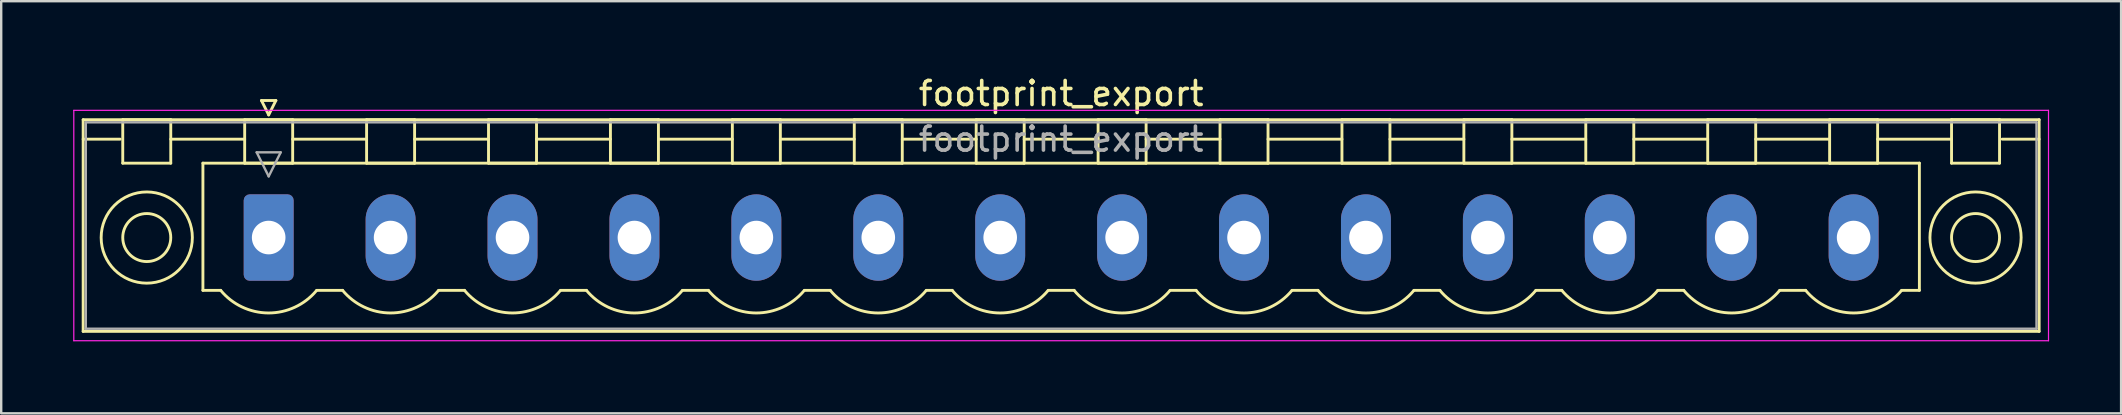
<source format=kicad_pcb>
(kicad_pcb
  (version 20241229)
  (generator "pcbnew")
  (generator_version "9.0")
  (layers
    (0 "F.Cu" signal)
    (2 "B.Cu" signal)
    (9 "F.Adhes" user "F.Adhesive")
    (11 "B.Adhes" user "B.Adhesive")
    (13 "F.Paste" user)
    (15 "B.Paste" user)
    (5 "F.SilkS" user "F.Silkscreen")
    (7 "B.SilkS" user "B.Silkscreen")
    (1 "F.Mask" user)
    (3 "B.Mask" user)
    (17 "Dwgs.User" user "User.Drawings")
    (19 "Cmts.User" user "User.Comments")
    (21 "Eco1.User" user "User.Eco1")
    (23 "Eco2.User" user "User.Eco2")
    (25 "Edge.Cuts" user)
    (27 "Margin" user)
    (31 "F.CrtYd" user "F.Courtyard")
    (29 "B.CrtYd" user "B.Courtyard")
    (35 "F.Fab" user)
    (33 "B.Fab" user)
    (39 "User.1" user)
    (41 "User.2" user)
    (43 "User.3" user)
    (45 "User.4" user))
  (footprint "footprint_export"
    (layer "F.Cu")
    (at 8.145 6.848)
    (property "Reference" "footprint_export" (at 33.02 -6 0) (layer "F.SilkS") (effects (font (size 1 1) (thickness 0.15))))
    (attr through_hole)
    (fp_line (start -7.73 -4.91) (end -7.73 3.91) (stroke (width 0.12) (type solid)) (layer "F.SilkS"))
    (fp_line (start -7.73 -4.1) (end -6.19 -4.1) (stroke (width 0.12) (type solid)) (layer "F.SilkS"))
    (fp_line (start -7.73 3.91) (end 73.77 3.91) (stroke (width 0.12) (type solid)) (layer "F.SilkS"))
    (fp_line (start -6.08 -4.91) (end -4.08 -4.91) (stroke (width 0.12) (type solid)) (layer "F.SilkS"))
    (fp_line (start -6.08 -3.1) (end -6.08 -4.91) (stroke (width 0.12) (type solid)) (layer "F.SilkS"))
    (fp_line (start -4.08 -4.91) (end -4.08 -3.1) (stroke (width 0.12) (type solid)) (layer "F.SilkS"))
    (fp_line (start -4.08 -4.1) (end -1 -4.1) (stroke (width 0.12) (type solid)) (layer "F.SilkS"))
    (fp_line (start -4.08 -3.1) (end -6.08 -3.1) (stroke (width 0.12) (type solid)) (layer "F.SilkS"))
    (fp_line (start -2.74 -3.1) (end 68.78 -3.1) (stroke (width 0.12) (type solid)) (layer "F.SilkS"))
    (fp_line (start -2.74 2.2) (end -2.74 -3.1) (stroke (width 0.12) (type solid)) (layer "F.SilkS"))
    (fp_line (start -2 2.2) (end -2.74 2.2) (stroke (width 0.12) (type solid)) (layer "F.SilkS"))
    (fp_line (start -1 -4.91) (end 1 -4.91) (stroke (width 0.12) (type solid)) (layer "F.SilkS"))
    (fp_line (start -1 -3.1) (end -1 -4.91) (stroke (width 0.12) (type solid)) (layer "F.SilkS"))
    (fp_line (start -0.3 -5.71) (end 0.3 -5.71) (stroke (width 0.12) (type solid)) (layer "F.SilkS"))
    (fp_line (start 0 -5.11) (end -0.3 -5.71) (stroke (width 0.12) (type solid)) (layer "F.SilkS"))
    (fp_line (start 0.3 -5.71) (end 0 -5.11) (stroke (width 0.12) (type solid)) (layer "F.SilkS"))
    (fp_line (start 1 -4.91) (end 1 -3.1) (stroke (width 0.12) (type solid)) (layer "F.SilkS"))
    (fp_line (start 1 -4.1) (end 4.08 -4.1) (stroke (width 0.12) (type solid)) (layer "F.SilkS"))
    (fp_line (start 1 -3.1) (end -1 -3.1) (stroke (width 0.12) (type solid)) (layer "F.SilkS"))
    (fp_line (start 2 2.2) (end 3.08 2.2) (stroke (width 0.12) (type solid)) (layer "F.SilkS"))
    (fp_line (start 4.08 -4.91) (end 6.08 -4.91) (stroke (width 0.12) (type solid)) (layer "F.SilkS"))
    (fp_line (start 4.08 -3.1) (end 4.08 -4.91) (stroke (width 0.12) (type solid)) (layer "F.SilkS"))
    (fp_line (start 6.08 -4.91) (end 6.08 -3.1) (stroke (width 0.12) (type solid)) (layer "F.SilkS"))
    (fp_line (start 6.08 -4.1) (end 9.16 -4.1) (stroke (width 0.12) (type solid)) (layer "F.SilkS"))
    (fp_line (start 6.08 -3.1) (end 4.08 -3.1) (stroke (width 0.12) (type solid)) (layer "F.SilkS"))
    (fp_line (start 7.08 2.2) (end 8.16 2.2) (stroke (width 0.12) (type solid)) (layer "F.SilkS"))
    (fp_line (start 9.16 -4.91) (end 11.16 -4.91) (stroke (width 0.12) (type solid)) (layer "F.SilkS"))
    (fp_line (start 9.16 -3.1) (end 9.16 -4.91) (stroke (width 0.12) (type solid)) (layer "F.SilkS"))
    (fp_line (start 11.16 -4.91) (end 11.16 -3.1) (stroke (width 0.12) (type solid)) (layer "F.SilkS"))
    (fp_line (start 11.16 -4.1) (end 14.24 -4.1) (stroke (width 0.12) (type solid)) (layer "F.SilkS"))
    (fp_line (start 11.16 -3.1) (end 9.16 -3.1) (stroke (width 0.12) (type solid)) (layer "F.SilkS"))
    (fp_line (start 12.16 2.2) (end 13.24 2.2) (stroke (width 0.12) (type solid)) (layer "F.SilkS"))
    (fp_line (start 14.24 -4.91) (end 16.24 -4.91) (stroke (width 0.12) (type solid)) (layer "F.SilkS"))
    (fp_line (start 14.24 -3.1) (end 14.24 -4.91) (stroke (width 0.12) (type solid)) (layer "F.SilkS"))
    (fp_line (start 16.24 -4.91) (end 16.24 -3.1) (stroke (width 0.12) (type solid)) (layer "F.SilkS"))
    (fp_line (start 16.24 -4.1) (end 19.32 -4.1) (stroke (width 0.12) (type solid)) (layer "F.SilkS"))
    (fp_line (start 16.24 -3.1) (end 14.24 -3.1) (stroke (width 0.12) (type solid)) (layer "F.SilkS"))
    (fp_line (start 17.24 2.2) (end 18.32 2.2) (stroke (width 0.12) (type solid)) (layer "F.SilkS"))
    (fp_line (start 19.32 -4.91) (end 21.32 -4.91) (stroke (width 0.12) (type solid)) (layer "F.SilkS"))
    (fp_line (start 19.32 -3.1) (end 19.32 -4.91) (stroke (width 0.12) (type solid)) (layer "F.SilkS"))
    (fp_line (start 21.32 -4.91) (end 21.32 -3.1) (stroke (width 0.12) (type solid)) (layer "F.SilkS"))
    (fp_line (start 21.32 -4.1) (end 24.4 -4.1) (stroke (width 0.12) (type solid)) (layer "F.SilkS"))
    (fp_line (start 21.32 -3.1) (end 19.32 -3.1) (stroke (width 0.12) (type solid)) (layer "F.SilkS"))
    (fp_line (start 22.32 2.2) (end 23.4 2.2) (stroke (width 0.12) (type solid)) (layer "F.SilkS"))
    (fp_line (start 24.4 -4.91) (end 26.4 -4.91) (stroke (width 0.12) (type solid)) (layer "F.SilkS"))
    (fp_line (start 24.4 -3.1) (end 24.4 -4.91) (stroke (width 0.12) (type solid)) (layer "F.SilkS"))
    (fp_line (start 26.4 -4.91) (end 26.4 -3.1) (stroke (width 0.12) (type solid)) (layer "F.SilkS"))
    (fp_line (start 26.4 -4.1) (end 29.48 -4.1) (stroke (width 0.12) (type solid)) (layer "F.SilkS"))
    (fp_line (start 26.4 -3.1) (end 24.4 -3.1) (stroke (width 0.12) (type solid)) (layer "F.SilkS"))
    (fp_line (start 27.4 2.2) (end 28.48 2.2) (stroke (width 0.12) (type solid)) (layer "F.SilkS"))
    (fp_line (start 29.48 -4.91) (end 31.48 -4.91) (stroke (width 0.12) (type solid)) (layer "F.SilkS"))
    (fp_line (start 29.48 -3.1) (end 29.48 -4.91) (stroke (width 0.12) (type solid)) (layer "F.SilkS"))
    (fp_line (start 31.48 -4.91) (end 31.48 -3.1) (stroke (width 0.12) (type solid)) (layer "F.SilkS"))
    (fp_line (start 31.48 -4.1) (end 34.56 -4.1) (stroke (width 0.12) (type solid)) (layer "F.SilkS"))
    (fp_line (start 31.48 -3.1) (end 29.48 -3.1) (stroke (width 0.12) (type solid)) (layer "F.SilkS"))
    (fp_line (start 32.48 2.2) (end 33.56 2.2) (stroke (width 0.12) (type solid)) (layer "F.SilkS"))
    (fp_line (start 34.56 -4.91) (end 36.56 -4.91) (stroke (width 0.12) (type solid)) (layer "F.SilkS"))
    (fp_line (start 34.56 -3.1) (end 34.56 -4.91) (stroke (width 0.12) (type solid)) (layer "F.SilkS"))
    (fp_line (start 36.56 -4.91) (end 36.56 -3.1) (stroke (width 0.12) (type solid)) (layer "F.SilkS"))
    (fp_line (start 36.56 -4.1) (end 39.64 -4.1) (stroke (width 0.12) (type solid)) (layer "F.SilkS"))
    (fp_line (start 36.56 -3.1) (end 34.56 -3.1) (stroke (width 0.12) (type solid)) (layer "F.SilkS"))
    (fp_line (start 37.56 2.2) (end 38.64 2.2) (stroke (width 0.12) (type solid)) (layer "F.SilkS"))
    (fp_line (start 39.64 -4.91) (end 41.64 -4.91) (stroke (width 0.12) (type solid)) (layer "F.SilkS"))
    (fp_line (start 39.64 -3.1) (end 39.64 -4.91) (stroke (width 0.12) (type solid)) (layer "F.SilkS"))
    (fp_line (start 41.64 -4.91) (end 41.64 -3.1) (stroke (width 0.12) (type solid)) (layer "F.SilkS"))
    (fp_line (start 41.64 -4.1) (end 44.72 -4.1) (stroke (width 0.12) (type solid)) (layer "F.SilkS"))
    (fp_line (start 41.64 -3.1) (end 39.64 -3.1) (stroke (width 0.12) (type solid)) (layer "F.SilkS"))
    (fp_line (start 42.64 2.2) (end 43.72 2.2) (stroke (width 0.12) (type solid)) (layer "F.SilkS"))
    (fp_line (start 44.72 -4.91) (end 46.72 -4.91) (stroke (width 0.12) (type solid)) (layer "F.SilkS"))
    (fp_line (start 44.72 -3.1) (end 44.72 -4.91) (stroke (width 0.12) (type solid)) (layer "F.SilkS"))
    (fp_line (start 46.72 -4.91) (end 46.72 -3.1) (stroke (width 0.12) (type solid)) (layer "F.SilkS"))
    (fp_line (start 46.72 -4.1) (end 49.8 -4.1) (stroke (width 0.12) (type solid)) (layer "F.SilkS"))
    (fp_line (start 46.72 -3.1) (end 44.72 -3.1) (stroke (width 0.12) (type solid)) (layer "F.SilkS"))
    (fp_line (start 47.72 2.2) (end 48.8 2.2) (stroke (width 0.12) (type solid)) (layer "F.SilkS"))
    (fp_line (start 49.8 -4.91) (end 51.8 -4.91) (stroke (width 0.12) (type solid)) (layer "F.SilkS"))
    (fp_line (start 49.8 -3.1) (end 49.8 -4.91) (stroke (width 0.12) (type solid)) (layer "F.SilkS"))
    (fp_line (start 51.8 -4.91) (end 51.8 -3.1) (stroke (width 0.12) (type solid)) (layer "F.SilkS"))
    (fp_line (start 51.8 -4.1) (end 54.88 -4.1) (stroke (width 0.12) (type solid)) (layer "F.SilkS"))
    (fp_line (start 51.8 -3.1) (end 49.8 -3.1) (stroke (width 0.12) (type solid)) (layer "F.SilkS"))
    (fp_line (start 52.8 2.2) (end 53.88 2.2) (stroke (width 0.12) (type solid)) (layer "F.SilkS"))
    (fp_line (start 54.88 -4.91) (end 56.88 -4.91) (stroke (width 0.12) (type solid)) (layer "F.SilkS"))
    (fp_line (start 54.88 -3.1) (end 54.88 -4.91) (stroke (width 0.12) (type solid)) (layer "F.SilkS"))
    (fp_line (start 56.88 -4.91) (end 56.88 -3.1) (stroke (width 0.12) (type solid)) (layer "F.SilkS"))
    (fp_line (start 56.88 -4.1) (end 59.96 -4.1) (stroke (width 0.12) (type solid)) (layer "F.SilkS"))
    (fp_line (start 56.88 -3.1) (end 54.88 -3.1) (stroke (width 0.12) (type solid)) (layer "F.SilkS"))
    (fp_line (start 57.88 2.2) (end 58.96 2.2) (stroke (width 0.12) (type solid)) (layer "F.SilkS"))
    (fp_line (start 59.96 -4.91) (end 61.96 -4.91) (stroke (width 0.12) (type solid)) (layer "F.SilkS"))
    (fp_line (start 59.96 -3.1) (end 59.96 -4.91) (stroke (width 0.12) (type solid)) (layer "F.SilkS"))
    (fp_line (start 61.96 -4.91) (end 61.96 -3.1) (stroke (width 0.12) (type solid)) (layer "F.SilkS"))
    (fp_line (start 61.96 -4.1) (end 65.04 -4.1) (stroke (width 0.12) (type solid)) (layer "F.SilkS"))
    (fp_line (start 61.96 -3.1) (end 59.96 -3.1) (stroke (width 0.12) (type solid)) (layer "F.SilkS"))
    (fp_line (start 62.96 2.2) (end 64.04 2.2) (stroke (width 0.12) (type solid)) (layer "F.SilkS"))
    (fp_line (start 65.04 -4.91) (end 67.04 -4.91) (stroke (width 0.12) (type solid)) (layer "F.SilkS"))
    (fp_line (start 65.04 -3.1) (end 65.04 -4.91) (stroke (width 0.12) (type solid)) (layer "F.SilkS"))
    (fp_line (start 67.04 -4.91) (end 67.04 -3.1) (stroke (width 0.12) (type solid)) (layer "F.SilkS"))
    (fp_line (start 67.04 -4.1) (end 70.12 -4.1) (stroke (width 0.12) (type solid)) (layer "F.SilkS"))
    (fp_line (start 67.04 -3.1) (end 65.04 -3.1) (stroke (width 0.12) (type solid)) (layer "F.SilkS"))
    (fp_line (start 68.78 -3.1) (end 68.78 2.2) (stroke (width 0.12) (type solid)) (layer "F.SilkS"))
    (fp_line (start 68.78 2.2) (end 68.04 2.2) (stroke (width 0.12) (type solid)) (layer "F.SilkS"))
    (fp_line (start 70.12 -4.91) (end 72.12 -4.91) (stroke (width 0.12) (type solid)) (layer "F.SilkS"))
    (fp_line (start 70.12 -3.1) (end 70.12 -4.91) (stroke (width 0.12) (type solid)) (layer "F.SilkS"))
    (fp_line (start 72.12 -4.91) (end 72.12 -3.1) (stroke (width 0.12) (type solid)) (layer "F.SilkS"))
    (fp_line (start 72.12 -3.1) (end 70.12 -3.1) (stroke (width 0.12) (type solid)) (layer "F.SilkS"))
    (fp_line (start 73.77 -4.91) (end -7.73 -4.91) (stroke (width 0.12) (type solid)) (layer "F.SilkS"))
    (fp_line (start 73.77 -4.1) (end 72.23 -4.1) (stroke (width 0.12) (type solid)) (layer "F.SilkS"))
    (fp_line (start 73.77 3.91) (end 73.77 -4.91) (stroke (width 0.12) (type solid)) (layer "F.SilkS"))
    (fp_arc (start 1.986842 2.215821) (mid -0.010289 3.142758) (end -2 2.2) (stroke (width 0.12) (type solid)) (layer "F.SilkS"))
    (fp_arc (start 7.066842 2.215821) (mid 5.069711 3.142758) (end 3.08 2.2) (stroke (width 0.12) (type solid)) (layer "F.SilkS"))
    (fp_arc (start 12.146842 2.215821) (mid 10.149711 3.142758) (end 8.16 2.2) (stroke (width 0.12) (type solid)) (layer "F.SilkS"))
    (fp_arc (start 17.226842 2.215821) (mid 15.229711 3.142758) (end 13.24 2.2) (stroke (width 0.12) (type solid)) (layer "F.SilkS"))
    (fp_arc (start 22.306842 2.215821) (mid 20.309711 3.142758) (end 18.32 2.2) (stroke (width 0.12) (type solid)) (layer "F.SilkS"))
    (fp_arc (start 27.386842 2.215821) (mid 25.389711 3.142758) (end 23.4 2.2) (stroke (width 0.12) (type solid)) (layer "F.SilkS"))
    (fp_arc (start 32.466842 2.215821) (mid 30.469711 3.142758) (end 28.48 2.2) (stroke (width 0.12) (type solid)) (layer "F.SilkS"))
    (fp_arc (start 37.546842 2.215821) (mid 35.549711 3.142758) (end 33.56 2.2) (stroke (width 0.12) (type solid)) (layer "F.SilkS"))
    (fp_arc (start 42.626842 2.215821) (mid 40.629711 3.142758) (end 38.64 2.2) (stroke (width 0.12) (type solid)) (layer "F.SilkS"))
    (fp_arc (start 47.706842 2.215821) (mid 45.709711 3.142758) (end 43.72 2.2) (stroke (width 0.12) (type solid)) (layer "F.SilkS"))
    (fp_arc (start 52.786842 2.215821) (mid 50.789711 3.142758) (end 48.8 2.2) (stroke (width 0.12) (type solid)) (layer "F.SilkS"))
    (fp_arc (start 57.866842 2.215821) (mid 55.869711 3.142758) (end 53.88 2.2) (stroke (width 0.12) (type solid)) (layer "F.SilkS"))
    (fp_arc (start 62.946842 2.215821) (mid 60.949711 3.142758) (end 58.96 2.2) (stroke (width 0.12) (type solid)) (layer "F.SilkS"))
    (fp_arc (start 68.026842 2.215821) (mid 66.029711 3.142758) (end 64.04 2.2) (stroke (width 0.12) (type solid)) (layer "F.SilkS"))
    (fp_circle (center -5.08 0) (end -4.08 0) (stroke (width 0.12) (type solid)) (fill no) (layer "F.SilkS"))
    (fp_circle (center -5.08 0) (end -3.18 0) (stroke (width 0.12) (type solid)) (fill no) (layer "F.SilkS"))
    (fp_circle (center 71.12 0) (end 72.12 0) (stroke (width 0.12) (type solid)) (fill no) (layer "F.SilkS"))
    (fp_circle (center 71.12 0) (end 73.02 0) (stroke (width 0.12) (type solid)) (fill no) (layer "F.SilkS"))
    (fp_line (start -8.12 -5.3) (end -8.12 4.3) (stroke (width 0.05) (type solid)) (layer "F.CrtYd"))
    (fp_line (start -8.12 4.3) (end 74.16 4.3) (stroke (width 0.05) (type solid)) (layer "F.CrtYd"))
    (fp_line (start 74.16 -5.3) (end -8.12 -5.3) (stroke (width 0.05) (type solid)) (layer "F.CrtYd"))
    (fp_line (start 74.16 4.3) (end 74.16 -5.3) (stroke (width 0.05) (type solid)) (layer "F.CrtYd"))
    (fp_line (start -7.62 -4.8) (end -7.62 3.8) (stroke (width 0.1) (type solid)) (layer "F.Fab"))
    (fp_line (start -7.62 3.8) (end 73.66 3.8) (stroke (width 0.1) (type solid)) (layer "F.Fab"))
    (fp_line (start -0.5 -3.55) (end 0.5 -3.55) (stroke (width 0.1) (type solid)) (layer "F.Fab"))
    (fp_line (start 0 -2.55) (end -0.5 -3.55) (stroke (width 0.1) (type solid)) (layer "F.Fab"))
    (fp_line (start 0.5 -3.55) (end 0 -2.55) (stroke (width 0.1) (type solid)) (layer "F.Fab"))
    (fp_line (start 73.66 -4.8) (end -7.62 -4.8) (stroke (width 0.1) (type solid)) (layer "F.Fab"))
    (fp_line (start 73.66 3.8) (end 73.66 -4.8) (stroke (width 0.1) (type solid)) (layer "F.Fab"))
    (fp_text user "${REFERENCE}" (at 33.02 -4.1 0) (layer "F.Fab") (effects (font (size 1 1) (thickness 0.15))))
    (pad "1" thru_hole roundrect (at 0 0) (size 2.08 3.6) (drill 1.4) (layers "*.Cu" "*.Mask") (roundrect_rratio 0.12))
    (pad "2" thru_hole oval (at 5.08 0) (size 2.08 3.6) (drill 1.4) (layers "*.Cu" "*.Mask"))
    (pad "3" thru_hole oval (at 10.16 0) (size 2.08 3.6) (drill 1.4) (layers "*.Cu" "*.Mask"))
    (pad "4" thru_hole oval (at 15.24 0) (size 2.08 3.6) (drill 1.4) (layers "*.Cu" "*.Mask"))
    (pad "5" thru_hole oval (at 20.32 0) (size 2.08 3.6) (drill 1.4) (layers "*.Cu" "*.Mask"))
    (pad "6" thru_hole oval (at 25.4 0) (size 2.08 3.6) (drill 1.4) (layers "*.Cu" "*.Mask"))
    (pad "7" thru_hole oval (at 30.48 0) (size 2.08 3.6) (drill 1.4) (layers "*.Cu" "*.Mask"))
    (pad "8" thru_hole oval (at 35.56 0) (size 2.08 3.6) (drill 1.4) (layers "*.Cu" "*.Mask"))
    (pad "9" thru_hole oval (at 40.64 0) (size 2.08 3.6) (drill 1.4) (layers "*.Cu" "*.Mask"))
    (pad "10" thru_hole oval (at 45.72 0) (size 2.08 3.6) (drill 1.4) (layers "*.Cu" "*.Mask"))
    (pad "11" thru_hole oval (at 50.8 0) (size 2.08 3.6) (drill 1.4) (layers "*.Cu" "*.Mask"))
    (pad "12" thru_hole oval (at 55.88 0) (size 2.08 3.6) (drill 1.4) (layers "*.Cu" "*.Mask"))
    (pad "13" thru_hole oval (at 60.96 0) (size 2.08 3.6) (drill 1.4) (layers "*.Cu" "*.Mask"))
    (pad "14" thru_hole oval (at 66.04 0) (size 2.08 3.6) (drill 1.4) (layers "*.Cu" "*.Mask")))
  (gr_rect
    (start -3 -3)
    (end 85.33 14.173)
    (stroke (width 0.1) (type default))
    (fill no)
    (layer "Edge.Cuts")))
</source>
